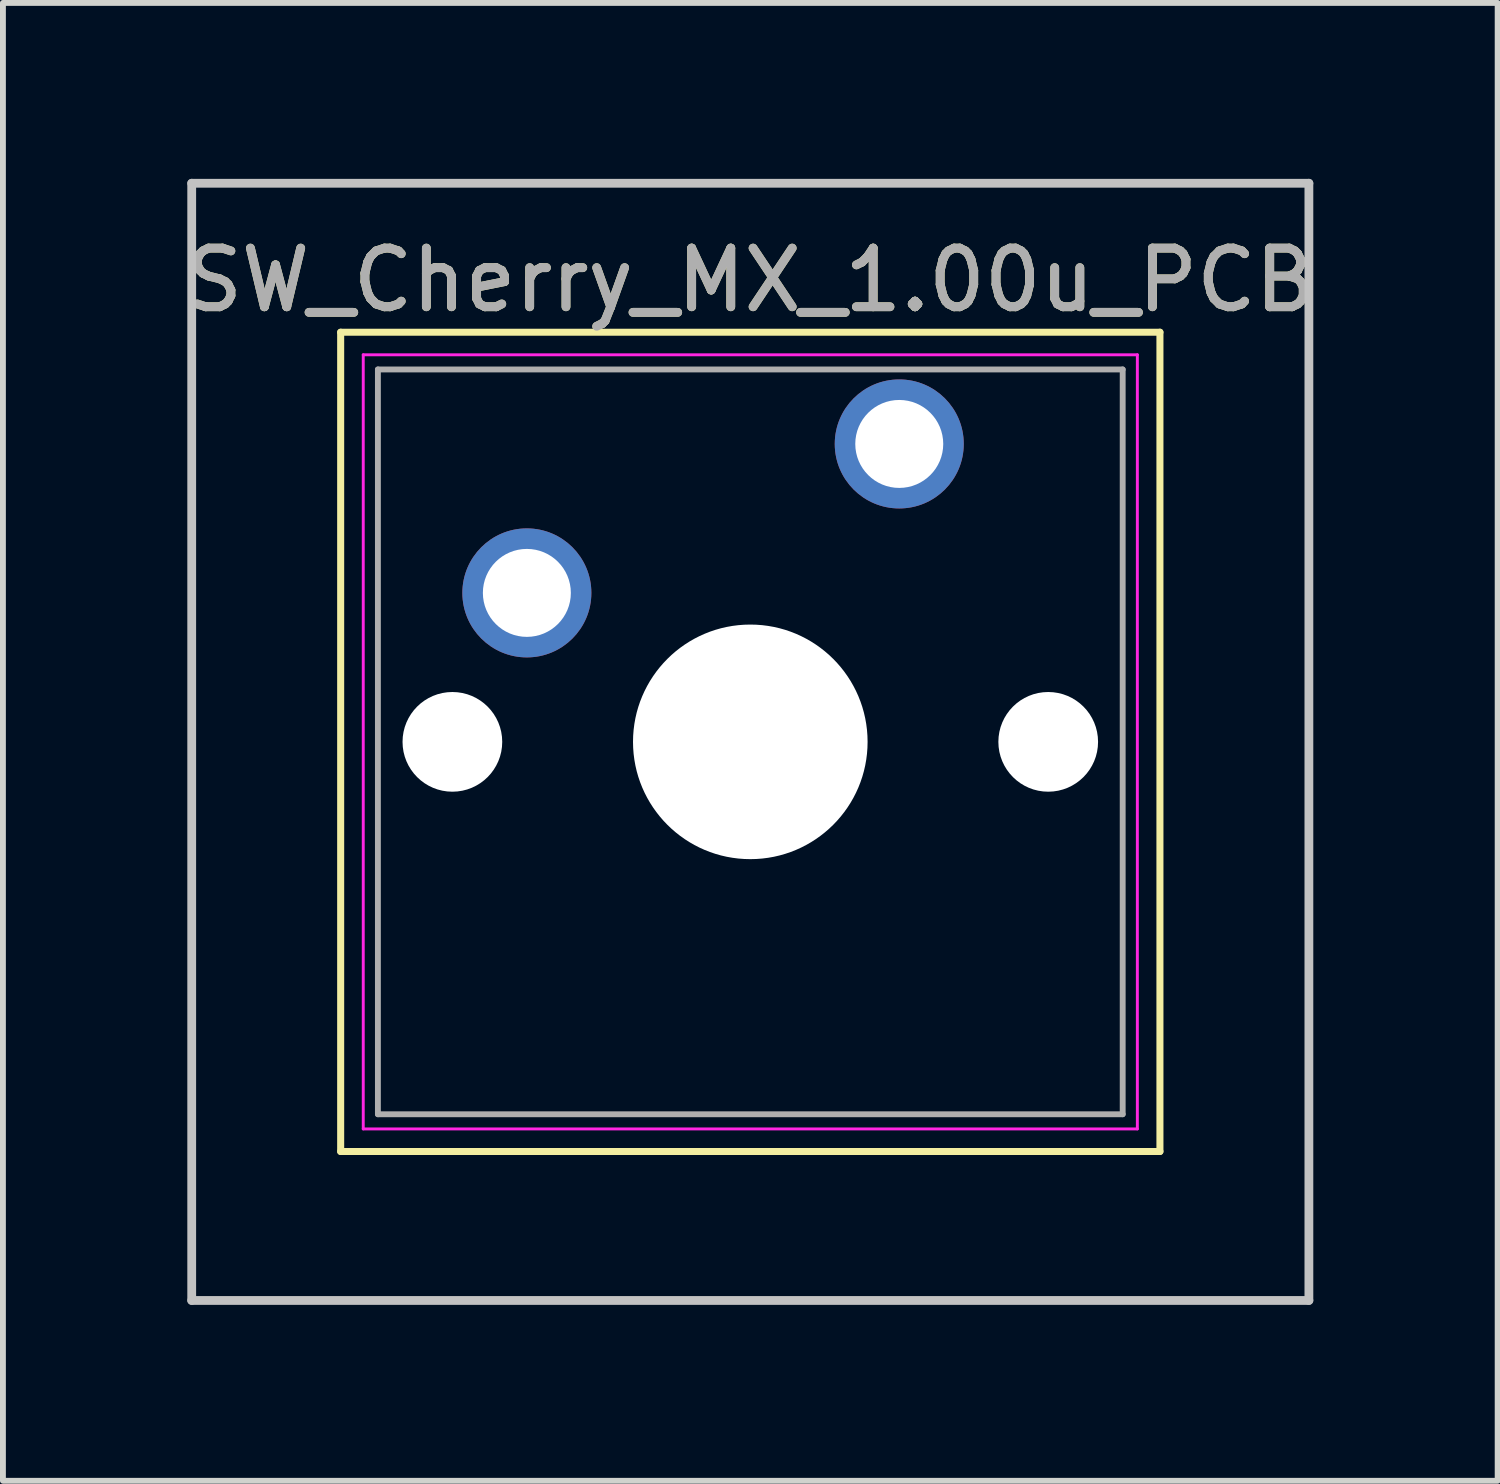
<source format=kicad_pcb>
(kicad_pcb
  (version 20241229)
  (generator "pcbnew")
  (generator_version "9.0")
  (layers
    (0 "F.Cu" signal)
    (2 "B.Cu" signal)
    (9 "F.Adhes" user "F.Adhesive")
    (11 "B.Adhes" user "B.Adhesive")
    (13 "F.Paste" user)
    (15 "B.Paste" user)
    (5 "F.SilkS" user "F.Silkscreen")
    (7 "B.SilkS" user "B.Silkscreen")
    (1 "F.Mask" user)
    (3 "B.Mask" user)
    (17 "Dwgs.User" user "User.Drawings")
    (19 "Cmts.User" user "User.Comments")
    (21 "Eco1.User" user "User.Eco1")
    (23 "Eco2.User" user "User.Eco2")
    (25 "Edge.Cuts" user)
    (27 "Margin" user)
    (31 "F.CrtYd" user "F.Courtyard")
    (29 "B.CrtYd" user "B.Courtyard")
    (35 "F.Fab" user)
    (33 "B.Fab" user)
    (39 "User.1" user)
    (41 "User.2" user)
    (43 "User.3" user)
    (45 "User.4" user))
  (footprint "SW_Cherry_MX_1.00u_PCB"
    (layer "F.Cu")
    (at 12.284 4.52)
    (property "Reference" "SW_Cherry_MX_1.00u_PCB" (at -2.54 -2.794 0) (layer "F.SilkS") (effects (font (size 1 1) (thickness 0.15))))
    (attr through_hole)
    (fp_line (start -9.525 -1.905) (end 4.445 -1.905) (stroke (width 0.12) (type solid)) (layer "F.SilkS"))
    (fp_line (start -9.525 12.065) (end -9.525 -1.905) (stroke (width 0.12) (type solid)) (layer "F.SilkS"))
    (fp_line (start 4.445 -1.905) (end 4.445 12.065) (stroke (width 0.12) (type solid)) (layer "F.SilkS"))
    (fp_line (start 4.445 12.065) (end -9.525 12.065) (stroke (width 0.12) (type solid)) (layer "F.SilkS"))
    (fp_line (start -12.065 -4.445) (end 6.985 -4.445) (stroke (width 0.15) (type solid)) (layer "Dwgs.User"))
    (fp_line (start -12.065 14.605) (end -12.065 -4.445) (stroke (width 0.15) (type solid)) (layer "Dwgs.User"))
    (fp_line (start 6.985 -4.445) (end 6.985 14.605) (stroke (width 0.15) (type solid)) (layer "Dwgs.User"))
    (fp_line (start 6.985 14.605) (end -12.065 14.605) (stroke (width 0.15) (type solid)) (layer "Dwgs.User"))
    (fp_line (start -9.14 -1.52) (end 4.06 -1.52) (stroke (width 0.05) (type solid)) (layer "F.CrtYd"))
    (fp_line (start -9.14 11.68) (end -9.14 -1.52) (stroke (width 0.05) (type solid)) (layer "F.CrtYd"))
    (fp_line (start 4.06 -1.52) (end 4.06 11.68) (stroke (width 0.05) (type solid)) (layer "F.CrtYd"))
    (fp_line (start 4.06 11.68) (end -9.14 11.68) (stroke (width 0.05) (type solid)) (layer "F.CrtYd"))
    (fp_line (start -8.89 -1.27) (end 3.81 -1.27) (stroke (width 0.1) (type solid)) (layer "F.Fab"))
    (fp_line (start -8.89 11.43) (end -8.89 -1.27) (stroke (width 0.1) (type solid)) (layer "F.Fab"))
    (fp_line (start 3.81 -1.27) (end 3.81 11.43) (stroke (width 0.1) (type solid)) (layer "F.Fab"))
    (fp_line (start 3.81 11.43) (end -8.89 11.43) (stroke (width 0.1) (type solid)) (layer "F.Fab"))
    (fp_text user "${REFERENCE}" (at -2.54 -2.794 0) (layer "F.Fab") (effects (font (size 1 1) (thickness 0.15))))
    (pad "" np_thru_hole circle (at -7.62 5.08) (size 1.7 1.7) (drill 1.7) (layers "*.Cu" "*.Mask"))
    (pad "" np_thru_hole circle (at -2.54 5.08) (size 4 4) (drill 4) (layers "*.Cu" "*.Mask"))
    (pad "" np_thru_hole circle (at 2.54 5.08) (size 1.7 1.7) (drill 1.7) (layers "*.Cu" "*.Mask"))
    (pad "1" thru_hole circle (at 0 0) (size 2.2 2.2) (drill 1.5) (layers "*.Cu" "*.Mask"))
    (pad "2" thru_hole circle (at -6.35 2.54) (size 2.2 2.2) (drill 1.5) (layers "*.Cu" "*.Mask")))
  (gr_rect
    (start -3 -3)
    (end 22.488 22.2)
    (stroke (width 0.1) (type default))
    (fill no)
    (layer "Edge.Cuts")))
</source>
